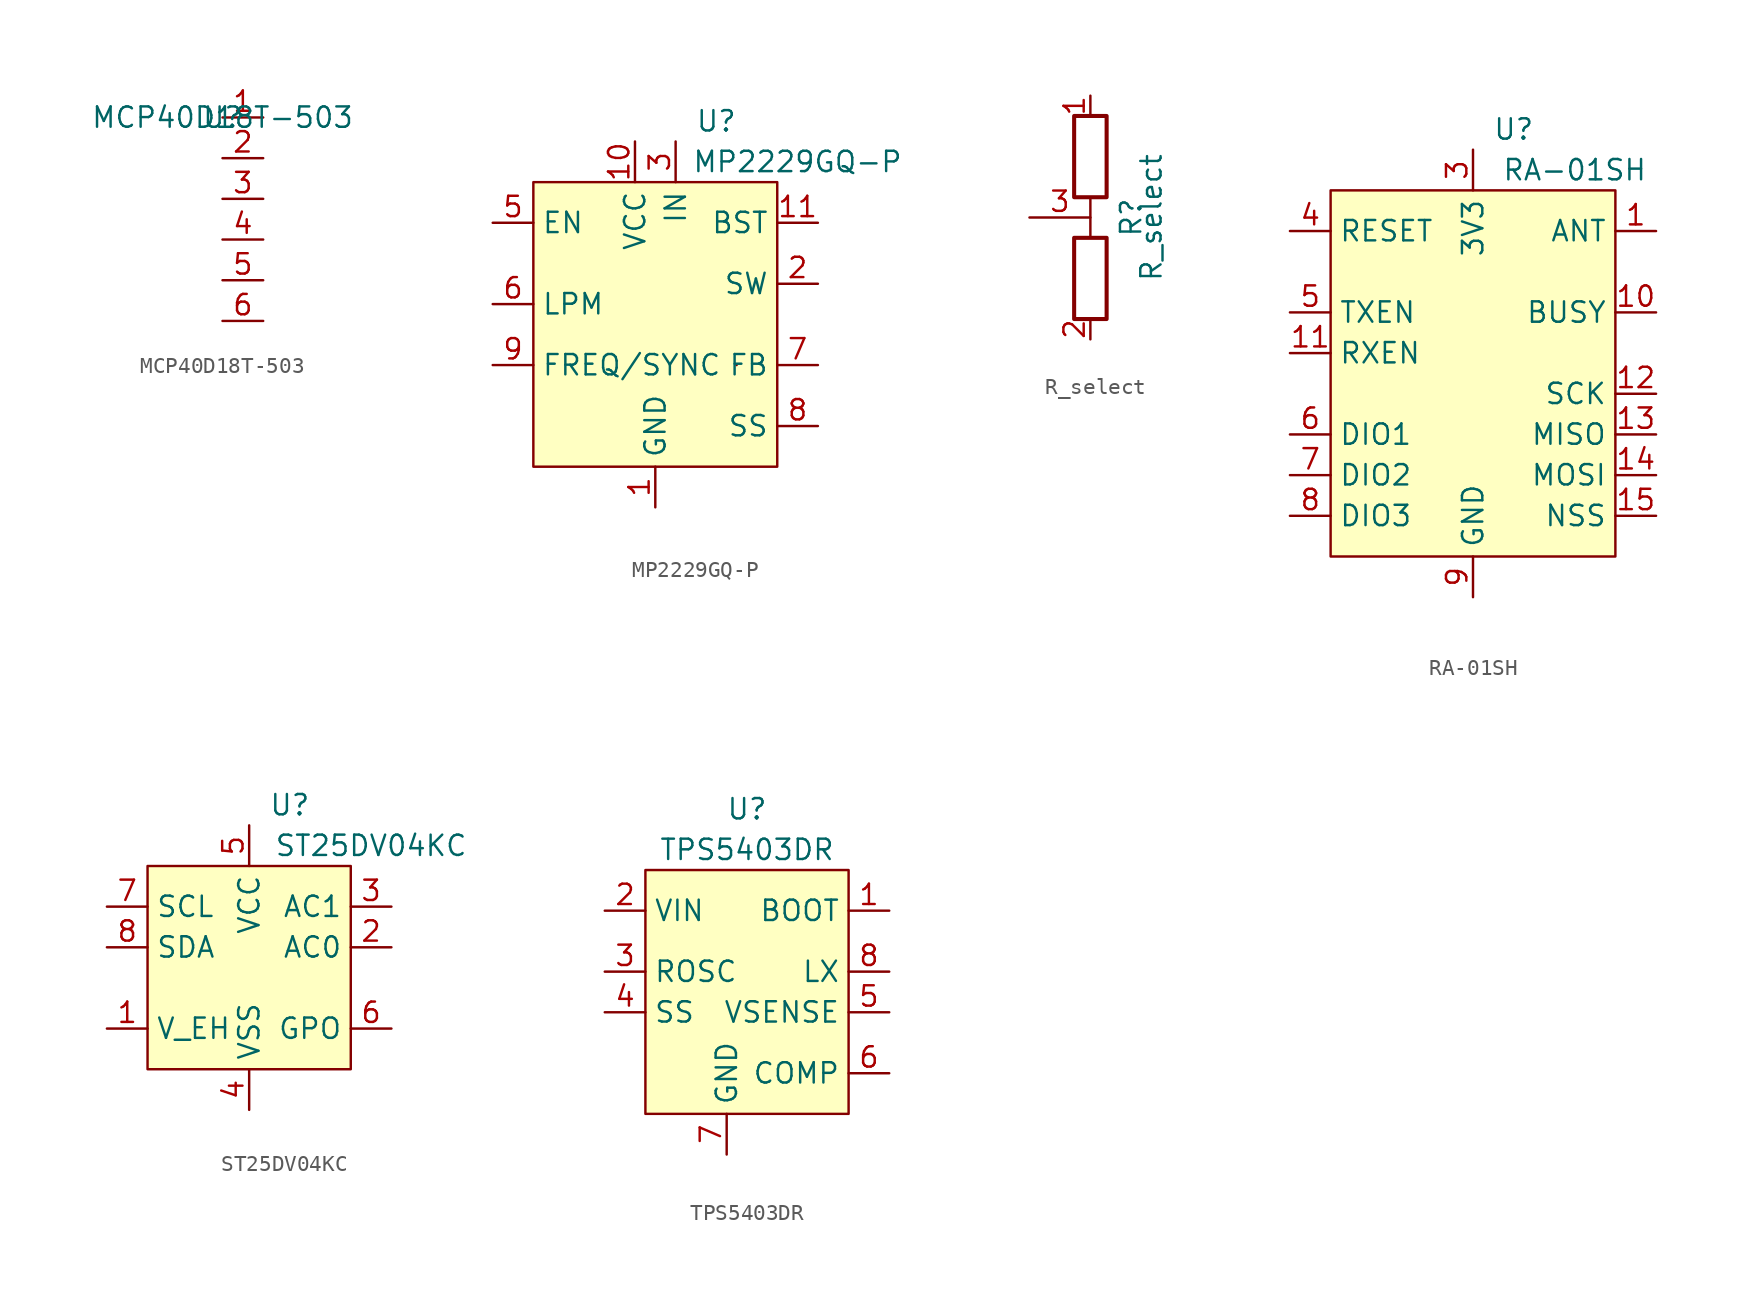
<source format=kicad_sym>
(kicad_symbol_lib
  (version 20211014)
  (generator kicad_symbol_editor)
  (symbol "MCP40D18T-503"
    (property "Reference" "U"
      (at 0 0 0)
      (effects (font (size 1.27 1.27))))
    (property "Value" "MCP40D18T-503"
      (at 0 0 0)
      (effects (font (size 1.27 1.27))))
    (symbol "MCP40D18T-503_0_0"
      (pin unspecified line (at 0 0 0) (length 2.54) (name "" (effects (font (size 1.27 1.27)))) (number "1" (effects (font (size 1.27 1.27)))))
      (pin unspecified line (at 0 -2.54 0) (length 2.54) (name "" (effects (font (size 1.27 1.27)))) (number "2" (effects (font (size 1.27 1.27)))))
      (pin unspecified line (at 0 -5.08 0) (length 2.54) (name "" (effects (font (size 1.27 1.27)))) (number "3" (effects (font (size 1.27 1.27)))))
      (pin unspecified line (at 0 -7.62 0) (length 2.54) (name "" (effects (font (size 1.27 1.27)))) (number "4" (effects (font (size 1.27 1.27)))))
      (pin unspecified line (at 0 -10.16 0) (length 2.54) (name "" (effects (font (size 1.27 1.27)))) (number "5" (effects (font (size 1.27 1.27)))))
      (pin unspecified line (at 0 -12.7 0) (length 2.54) (name "" (effects (font (size 1.27 1.27)))) (number "6" (effects (font (size 1.27 1.27)))))))
  (symbol "MP2229GQ-P"
    (property "Reference" "U"
      (at 3.81 12.7 0)
      (effects (font (size 1.27 1.27))))
    (property "Value" "MP2229GQ-P"
      (at 8.89 10.16 0)
      (effects (font (size 1.27 1.27))))
    (symbol "MP2229GQ-P_0_0"
      (pin passive line (at 0 -11.43 90) (length 2.54) (name "GND" (effects (font (size 1.27 1.27)))) (number "1" (effects (font (size 1.27 1.27)))))
      (pin passive line (at -1.27 11.43 270) (length 2.54) (name "VCC" (effects (font (size 1.27 1.27)))) (number "10" (effects (font (size 1.27 1.27)))))
      (pin passive line (at 10.16 6.35 180) (length 2.54) (name "BST" (effects (font (size 1.27 1.27)))) (number "11" (effects (font (size 1.27 1.27)))))
      (pin passive line (at 0 -11.43 90) (length 2.54) hide (name "GND" (effects (font (size 1.27 1.27)))) (number "12" (effects (font (size 1.27 1.27)))))
      (pin passive line (at 0 -11.43 90) (length 2.54) hide (name "GND" (effects (font (size 1.27 1.27)))) (number "13" (effects (font (size 1.27 1.27)))))
      (pin passive line (at 0 -11.43 90) (length 2.54) hide (name "GND" (effects (font (size 1.27 1.27)))) (number "14" (effects (font (size 1.27 1.27)))))
      (pin output line (at 10.16 2.54 180) (length 2.54) (name "SW" (effects (font (size 1.27 1.27)))) (number "2" (effects (font (size 1.27 1.27)))))
      (pin passive line (at 1.27 11.43 270) (length 2.54) (name "IN" (effects (font (size 1.27 1.27)))) (number "3" (effects (font (size 1.27 1.27)))))
      (pin output line (at 10.16 2.54 180) (length 2.54) hide (name "SW" (effects (font (size 1.27 1.27)))) (number "4" (effects (font (size 1.27 1.27)))))
      (pin input line (at -10.16 6.35 0) (length 2.54) (name "EN" (effects (font (size 1.27 1.27)))) (number "5" (effects (font (size 1.27 1.27)))))
      (pin input line (at -10.16 1.27 0) (length 2.54) (name "LPM" (effects (font (size 1.27 1.27)))) (number "6" (effects (font (size 1.27 1.27)))))
      (pin input line (at 10.16 -2.54 180) (length 2.54) (name "FB" (effects (font (size 1.27 1.27)))) (number "7" (effects (font (size 1.27 1.27)))))
      (pin passive line (at 10.16 -6.35 180) (length 2.54) (name "SS" (effects (font (size 1.27 1.27)))) (number "8" (effects (font (size 1.27 1.27)))))
      (pin input line (at -10.16 -2.54 0) (length 2.54) (name "FREQ/SYNC" (effects (font (size 1.27 1.27)))) (number "9" (effects (font (size 1.27 1.27)))))
      (pin passive line (at 1.27 11.43 270) (length 2.54) hide (name "IN" (effects (font (size 1.27 1.27)))) (number "PAD" (effects (font (size 1.27 1.27))))))
    (symbol "MP2229GQ-P_0_1"
      (rectangle (start -7.62 8.89) (end 7.62 -8.89) (stroke (width 0) (type default) (color 0 0 0 0)) (fill (type background)))
      (rectangle (start 5.08 -2.54) (end 5.08 -2.54) (stroke (width 0) (type default) (color 0 0 0 0)) (fill (type none)))))
  (symbol "R_select"
    (property "Reference" "R"
      (at 2.54 0 90)
      (effects (font (size 1.27 1.27))))
    (property "Value" "R_select"
      (at 3.81 0 90)
      (effects (font (size 1.27 1.27))))
    (symbol "R_select_0_0"
      (pin passive line (at -3.81 0 0) (length 3.81) (name "~" (effects (font (size 1.27 1.27)))) (number "3" (effects (font (size 1.27 1.27))))))
    (symbol "R_select_0_1"
      (rectangle (start -1.016 -6.35) (end 1.016 -1.27) (stroke (width 0.254) (type default) (color 0 0 0 0)) (fill (type none)))
      (rectangle (start -1.016 1.27) (end 1.016 6.35) (stroke (width 0.254) (type default) (color 0 0 0 0)) (fill (type none)))
      (polyline (pts (xy 0 -1.27) (xy 0 1.27)) (stroke (width 0) (type default) (color 0 0 0 0)) (fill (type none))))
    (symbol "R_select_1_1"
      (pin passive line (at 0 7.62 270) (length 1.27) (name "~" (effects (font (size 1.27 1.27)))) (number "1" (effects (font (size 1.27 1.27)))))
      (pin passive line (at 0 -7.62 90) (length 1.27) (name "~" (effects (font (size 1.27 1.27)))) (number "2" (effects (font (size 1.27 1.27)))))))
  (symbol "RA-01SH"
    (property "Reference" "U"
      (at 2.54 15.24 0)
      (effects (font (size 1.27 1.27))))
    (property "Value" "RA-01SH"
      (at 6.35 12.7 0)
      (effects (font (size 1.27 1.27))))
    (symbol "RA-01SH_0_0"
      (pin passive line (at 11.43 8.89 180) (length 2.54) (name "ANT" (effects (font (size 1.27 1.27)))) (number "1" (effects (font (size 1.27 1.27)))))
      (pin output line (at 11.43 3.81 180) (length 2.54) (name "BUSY" (effects (font (size 1.27 1.27)))) (number "10" (effects (font (size 1.27 1.27)))))
      (pin input line (at -11.43 1.27 0) (length 2.54) (name "RXEN" (effects (font (size 1.27 1.27)))) (number "11" (effects (font (size 1.27 1.27)))))
      (pin input line (at 11.43 -1.27 180) (length 2.54) (name "SCK" (effects (font (size 1.27 1.27)))) (number "12" (effects (font (size 1.27 1.27)))))
      (pin output line (at 11.43 -3.81 180) (length 2.54) (name "MISO" (effects (font (size 1.27 1.27)))) (number "13" (effects (font (size 1.27 1.27)))))
      (pin input line (at 11.43 -6.35 180) (length 2.54) (name "MOSI" (effects (font (size 1.27 1.27)))) (number "14" (effects (font (size 1.27 1.27)))))
      (pin input line (at 11.43 -8.89 180) (length 2.54) (name "NSS" (effects (font (size 1.27 1.27)))) (number "15" (effects (font (size 1.27 1.27)))))
      (pin passive line (at 0 -13.97 90) (length 2.54) hide (name "GND" (effects (font (size 1.27 1.27)))) (number "16" (effects (font (size 1.27 1.27)))))
      (pin passive line (at 0 -13.97 90) (length 2.54) hide (name "GND" (effects (font (size 1.27 1.27)))) (number "2" (effects (font (size 1.27 1.27)))))
      (pin passive line (at 0 13.97 270) (length 2.54) (name "3V3" (effects (font (size 1.27 1.27)))) (number "3" (effects (font (size 1.27 1.27)))))
      (pin input line (at -11.43 8.89 0) (length 2.54) (name "RESET" (effects (font (size 1.27 1.27)))) (number "4" (effects (font (size 1.27 1.27)))))
      (pin input line (at -11.43 3.81 0) (length 2.54) (name "TXEN" (effects (font (size 1.27 1.27)))) (number "5" (effects (font (size 1.27 1.27)))))
      (pin bidirectional line (at -11.43 -3.81 0) (length 2.54) (name "DIO1" (effects (font (size 1.27 1.27)))) (number "6" (effects (font (size 1.27 1.27)))))
      (pin bidirectional line (at -11.43 -6.35 0) (length 2.54) (name "DIO2" (effects (font (size 1.27 1.27)))) (number "7" (effects (font (size 1.27 1.27)))))
      (pin bidirectional line (at -11.43 -8.89 0) (length 2.54) (name "DIO3" (effects (font (size 1.27 1.27)))) (number "8" (effects (font (size 1.27 1.27)))))
      (pin passive line (at 0 -13.97 90) (length 2.54) (name "GND" (effects (font (size 1.27 1.27)))) (number "9" (effects (font (size 1.27 1.27))))))
    (symbol "RA-01SH_0_1"
      (rectangle (start -8.89 11.43) (end 8.89 -11.43) (stroke (width 0) (type default) (color 0 0 0 0)) (fill (type background)))))
  (symbol "ST25DV04KC"
    (property "Reference" "U"
      (at 2.54 10.16 0)
      (effects (font (size 1.27 1.27))))
    (property "Value" "ST25DV04KC"
      (at 7.62 7.62 0)
      (effects (font (size 1.27 1.27))))
    (symbol "ST25DV04KC_0_0"
      (pin power_out line (at -8.89 -3.81 0) (length 2.54) (name "V_EH" (effects (font (size 1.27 1.27)))) (number "1" (effects (font (size 1.27 1.27)))))
      (pin unspecified line (at 8.89 1.27 180) (length 2.54) (name "AC0" (effects (font (size 1.27 1.27)))) (number "2" (effects (font (size 1.27 1.27)))))
      (pin unspecified line (at 8.89 3.81 180) (length 2.54) (name "AC1" (effects (font (size 1.27 1.27)))) (number "3" (effects (font (size 1.27 1.27)))))
      (pin passive line (at 0 -8.89 90) (length 2.54) (name "VSS" (effects (font (size 1.27 1.27)))) (number "4" (effects (font (size 1.27 1.27)))))
      (pin passive line (at 0 8.89 270) (length 2.54) (name "VCC" (effects (font (size 1.27 1.27)))) (number "5" (effects (font (size 1.27 1.27)))))
      (pin output line (at 8.89 -3.81 180) (length 2.54) (name "GPO" (effects (font (size 1.27 1.27)))) (number "6" (effects (font (size 1.27 1.27)))))
      (pin bidirectional line (at -8.89 3.81 0) (length 2.54) (name "SCL" (effects (font (size 1.27 1.27)))) (number "7" (effects (font (size 1.27 1.27)))))
      (pin bidirectional line (at -8.89 1.27 0) (length 2.54) (name "SDA" (effects (font (size 1.27 1.27)))) (number "8" (effects (font (size 1.27 1.27))))))
    (symbol "ST25DV04KC_0_1"
      (rectangle (start -6.35 6.35) (end 6.35 -6.35) (stroke (width 0) (type default) (color 0 0 0 0)) (fill (type background)))))
  (symbol "TPS5403DR"
    (property "Reference" "U"
      (at 0 11.43 0)
      (effects (font (size 1.27 1.27))))
    (property "Value" "TPS5403DR"
      (at 0 8.89 0)
      (effects (font (size 1.27 1.27))))
    (symbol "TPS5403DR_0_0"
      (pin input line (at 8.89 5.08 180) (length 2.54) (name "BOOT" (effects (font (size 1.27 1.27)))) (number "1" (effects (font (size 1.27 1.27)))))
      (pin power_in line (at -8.89 5.08 0) (length 2.54) (name "VIN" (effects (font (size 1.27 1.27)))) (number "2" (effects (font (size 1.27 1.27)))))
      (pin input line (at -8.89 1.27 0) (length 2.54) (name "ROSC" (effects (font (size 1.27 1.27)))) (number "3" (effects (font (size 1.27 1.27)))))
      (pin input line (at -8.89 -1.27 0) (length 2.54) (name "SS" (effects (font (size 1.27 1.27)))) (number "4" (effects (font (size 1.27 1.27)))))
      (pin input line (at 8.89 -1.27 180) (length 2.54) (name "VSENSE" (effects (font (size 1.27 1.27)))) (number "5" (effects (font (size 1.27 1.27)))))
      (pin input line (at 8.89 -5.08 180) (length 2.54) (name "COMP" (effects (font (size 1.27 1.27)))) (number "6" (effects (font (size 1.27 1.27)))))
      (pin passive line (at -1.27 -10.16 90) (length 2.54) (name "GND" (effects (font (size 1.27 1.27)))) (number "7" (effects (font (size 1.27 1.27)))))
      (pin output line (at 8.89 1.27 180) (length 2.54) (name "LX" (effects (font (size 1.27 1.27)))) (number "8" (effects (font (size 1.27 1.27))))))
    (symbol "TPS5403DR_0_1"
      (rectangle (start -6.35 7.62) (end 6.35 -7.62) (stroke (width 0) (type default) (color 0 0 0 0)) (fill (type background))))))
</source>
